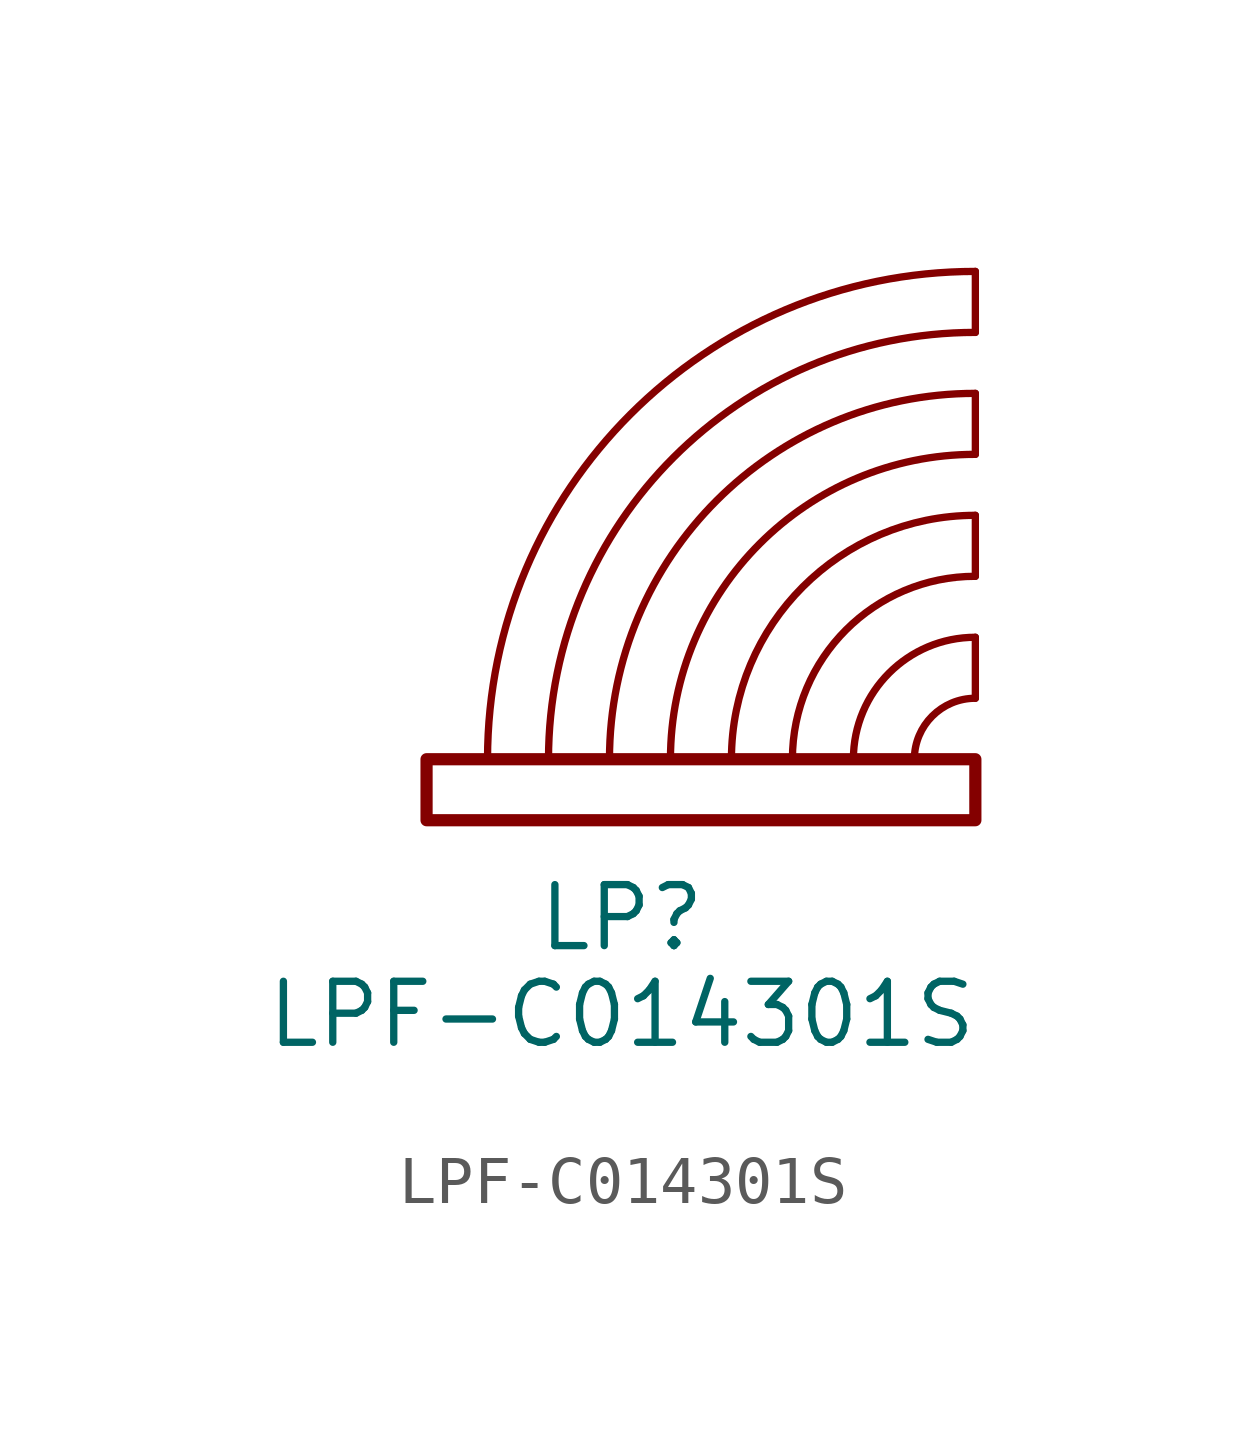
<source format=kicad_sym>
(kicad_symbol_lib
  (version 20231120)
  (generator "kicad_symbol_editor")
  (generator_version "8.0")
  (symbol "LPF-C014301S"
    (pin_numbers hide)
    (pin_names
      (offset 0))
    (property "Reference" "LP"
      (at -1.016 -2.032 0)
      (effects (font (size 1.27 1.27))))
    (property "Value" "LPF-C014301S"
      (at -1.016 -3.302 0)
      (effects (font (size 1.27 1.27)) (justify top)))
    (symbol "LPF-C014301S_0_1"
      (rectangle (start -5.08 1.27) (end 6.35 0) (stroke (width 0.254) (type default)) (fill (type none)))
      (polyline (pts (xy 6.35 3.81) (xy 6.35 2.54)) (stroke (width 0) (type default)) (fill (type none)))
      (polyline (pts (xy 6.35 6.35) (xy 6.35 5.08)) (stroke (width 0) (type default)) (fill (type none)))
      (polyline (pts (xy 6.35 8.89) (xy 6.35 7.62)) (stroke (width 0) (type default)) (fill (type none)))
      (polyline (pts (xy 6.35 11.43) (xy 6.35 10.16)) (stroke (width 0) (type default)) (fill (type none)))
      (arc (start 6.35 2.54) (mid 5.452 2.168) (end 5.08 1.27) (stroke (width 0) (type default)) (fill (type none)))
      (arc (start 6.35 3.81) (mid 4.5539 3.0661) (end 3.81 1.27) (stroke (width 0) (type default)) (fill (type none)))
      (arc (start 6.35 5.08) (mid 3.6559 3.9641) (end 2.54 1.27) (stroke (width 0) (type default)) (fill (type none)))
      (arc (start 6.35 6.35) (mid 2.7579 4.8621) (end 1.27 1.27) (stroke (width 0) (type default)) (fill (type none)))
      (arc (start 6.35 7.62) (mid 1.8599 5.7601) (end 0 1.27) (stroke (width 0) (type default)) (fill (type none)))
      (arc (start 6.35 8.89) (mid 0.9618 6.6582) (end -1.27 1.27) (stroke (width 0) (type default)) (fill (type none)))
      (arc (start 6.35 10.16) (mid 0.0638 7.5562) (end -2.54 1.27) (stroke (width 0) (type default)) (fill (type none)))
      (arc (start 6.35 11.43) (mid -0.8342 8.4542) (end -3.81 1.27) (stroke (width 0) (type default)) (fill (type none))))))
</source>
